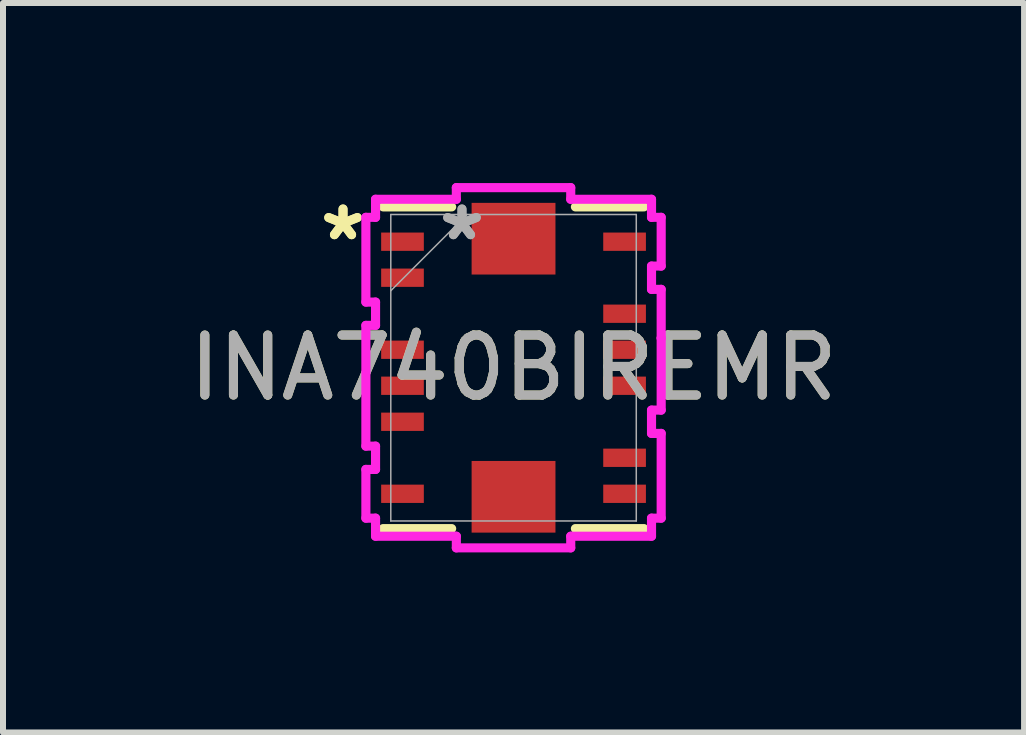
<source format=kicad_pcb>
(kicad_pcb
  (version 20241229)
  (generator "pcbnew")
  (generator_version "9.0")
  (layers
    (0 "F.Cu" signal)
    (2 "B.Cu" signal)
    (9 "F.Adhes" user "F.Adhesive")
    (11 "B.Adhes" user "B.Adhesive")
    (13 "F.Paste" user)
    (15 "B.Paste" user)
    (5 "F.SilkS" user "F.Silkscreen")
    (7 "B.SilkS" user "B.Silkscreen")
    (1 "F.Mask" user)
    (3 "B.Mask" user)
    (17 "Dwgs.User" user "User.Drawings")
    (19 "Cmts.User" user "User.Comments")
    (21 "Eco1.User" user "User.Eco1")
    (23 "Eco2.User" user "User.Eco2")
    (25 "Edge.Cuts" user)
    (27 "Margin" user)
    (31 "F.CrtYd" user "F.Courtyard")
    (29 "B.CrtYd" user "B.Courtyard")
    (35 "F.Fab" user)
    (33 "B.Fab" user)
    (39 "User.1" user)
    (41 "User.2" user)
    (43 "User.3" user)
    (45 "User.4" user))
  (footprint "INA740BIREMR"
    (layer "F.Cu")
    (at 5.506 3.077)
    (property "Reference" "INA740BIREMR" (at 0 0 0) (unlocked yes) (layer "F.SilkS") (effects (font (size 1 1) (thickness 0.15))))
    (attr smd)
    (fp_line (start -2.172 -2.68) (end -1.031 -2.68) (stroke (width 0.152) (type solid)) (layer "F.SilkS"))
    (fp_line (start -1.031 2.68) (end -2.172 2.68) (stroke (width 0.152) (type solid)) (layer "F.SilkS"))
    (fp_line (start 1.031 -2.68) (end 2.172 -2.68) (stroke (width 0.152) (type solid)) (layer "F.SilkS"))
    (fp_line (start 2.172 2.68) (end 1.031 2.68) (stroke (width 0.152) (type solid)) (layer "F.SilkS"))
    (fp_line (start -2.46 -2.506) (end -2.46 -1.094) (stroke (width 0.152) (type solid)) (layer "F.CrtYd"))
    (fp_line (start -2.46 -1.094) (end -2.299 -1.094) (stroke (width 0.152) (type solid)) (layer "F.CrtYd"))
    (fp_line (start -2.46 -0.706) (end -2.46 1.306) (stroke (width 0.152) (type solid)) (layer "F.CrtYd"))
    (fp_line (start -2.46 1.306) (end -2.299 1.306) (stroke (width 0.152) (type solid)) (layer "F.CrtYd"))
    (fp_line (start -2.46 1.694) (end -2.46 2.506) (stroke (width 0.152) (type solid)) (layer "F.CrtYd"))
    (fp_line (start -2.46 2.506) (end -2.299 2.506) (stroke (width 0.152) (type solid)) (layer "F.CrtYd"))
    (fp_line (start -2.299 -2.807) (end -2.299 -2.506) (stroke (width 0.152) (type solid)) (layer "F.CrtYd"))
    (fp_line (start -2.299 -2.506) (end -2.46 -2.506) (stroke (width 0.152) (type solid)) (layer "F.CrtYd"))
    (fp_line (start -2.299 -1.094) (end -2.299 -0.706) (stroke (width 0.152) (type solid)) (layer "F.CrtYd"))
    (fp_line (start -2.299 -0.706) (end -2.46 -0.706) (stroke (width 0.152) (type solid)) (layer "F.CrtYd"))
    (fp_line (start -2.299 1.306) (end -2.299 1.694) (stroke (width 0.152) (type solid)) (layer "F.CrtYd"))
    (fp_line (start -2.299 1.694) (end -2.46 1.694) (stroke (width 0.152) (type solid)) (layer "F.CrtYd"))
    (fp_line (start -2.299 2.506) (end -2.299 2.807) (stroke (width 0.152) (type solid)) (layer "F.CrtYd"))
    (fp_line (start -2.299 2.807) (end -0.953 2.807) (stroke (width 0.152) (type solid)) (layer "F.CrtYd"))
    (fp_line (start -0.953 -3.001) (end -0.953 -2.807) (stroke (width 0.152) (type solid)) (layer "F.CrtYd"))
    (fp_line (start -0.953 -2.807) (end -2.299 -2.807) (stroke (width 0.152) (type solid)) (layer "F.CrtYd"))
    (fp_line (start -0.953 2.807) (end -0.953 3.001) (stroke (width 0.152) (type solid)) (layer "F.CrtYd"))
    (fp_line (start -0.953 3.001) (end 0.953 3.001) (stroke (width 0.152) (type solid)) (layer "F.CrtYd"))
    (fp_line (start 0.953 -3.001) (end -0.953 -3.001) (stroke (width 0.152) (type solid)) (layer "F.CrtYd"))
    (fp_line (start 0.953 -2.807) (end 0.953 -3.001) (stroke (width 0.152) (type solid)) (layer "F.CrtYd"))
    (fp_line (start 0.953 2.807) (end 2.299 2.807) (stroke (width 0.152) (type solid)) (layer "F.CrtYd"))
    (fp_line (start 0.953 3.001) (end 0.953 2.807) (stroke (width 0.152) (type solid)) (layer "F.CrtYd"))
    (fp_line (start 2.299 -2.807) (end 0.953 -2.807) (stroke (width 0.152) (type solid)) (layer "F.CrtYd"))
    (fp_line (start 2.299 -2.506) (end 2.299 -2.807) (stroke (width 0.152) (type solid)) (layer "F.CrtYd"))
    (fp_line (start 2.299 -1.694) (end 2.46 -1.694) (stroke (width 0.152) (type solid)) (layer "F.CrtYd"))
    (fp_line (start 2.299 -1.306) (end 2.299 -1.694) (stroke (width 0.152) (type solid)) (layer "F.CrtYd"))
    (fp_line (start 2.299 0.706) (end 2.46 0.706) (stroke (width 0.152) (type solid)) (layer "F.CrtYd"))
    (fp_line (start 2.299 1.094) (end 2.299 0.706) (stroke (width 0.152) (type solid)) (layer "F.CrtYd"))
    (fp_line (start 2.299 2.506) (end 2.46 2.506) (stroke (width 0.152) (type solid)) (layer "F.CrtYd"))
    (fp_line (start 2.299 2.807) (end 2.299 2.506) (stroke (width 0.152) (type solid)) (layer "F.CrtYd"))
    (fp_line (start 2.46 -2.506) (end 2.299 -2.506) (stroke (width 0.152) (type solid)) (layer "F.CrtYd"))
    (fp_line (start 2.46 -1.694) (end 2.46 -2.506) (stroke (width 0.152) (type solid)) (layer "F.CrtYd"))
    (fp_line (start 2.46 -1.306) (end 2.299 -1.306) (stroke (width 0.152) (type solid)) (layer "F.CrtYd"))
    (fp_line (start 2.46 -0.494) (end 2.46 -1.306) (stroke (width 0.152) (type solid)) (layer "F.CrtYd"))
    (fp_line (start 2.46 1.094) (end 2.299 1.094) (stroke (width 0.152) (type solid)) (layer "F.CrtYd"))
    (fp_line (start 2.46 2.506) (end 2.46 1.094) (stroke (width 0.152) (type solid)) (layer "F.CrtYd"))
    (fp_line (start 2.46 -0.494) (end 2.46 -0.494) (stroke (width 0.152) (type solid)) (layer "F.CrtYd"))
    (fp_line (start 2.46 0.706) (end 2.46 -0.494) (stroke (width 0.152) (type solid)) (layer "F.CrtYd"))
    (fp_line (start -2.045 -2.553) (end -2.045 2.553) (stroke (width 0.025) (type solid)) (layer "F.Fab"))
    (fp_line (start -2.045 -1.283) (end -0.775 -2.553) (stroke (width 0.025) (type solid)) (layer "F.Fab"))
    (fp_line (start -2.045 2.553) (end 2.045 2.553) (stroke (width 0.025) (type solid)) (layer "F.Fab"))
    (fp_line (start 2.045 -2.553) (end -2.045 -2.553) (stroke (width 0.025) (type solid)) (layer "F.Fab"))
    (fp_line (start 2.045 2.553) (end 2.045 -2.553) (stroke (width 0.025) (type solid)) (layer "F.Fab"))
    (fp_text user "*" (at -2.841 -2.1 0) (unlocked yes) (layer "F.SilkS") (effects (font (size 1 1) (thickness 0.15))))
    (fp_text user "*" (at -2.841 -2.1 0) (layer "F.SilkS") (effects (font (size 1 1) (thickness 0.15))))
    (fp_text user "*" (at -0.859 -2.1 0) (layer "F.Fab") (effects (font (size 1 1) (thickness 0.15))))
    (fp_text user "*" (at -0.859 -2.1 0) (unlocked yes) (layer "F.Fab") (effects (font (size 1 1) (thickness 0.15))))
    (fp_text user "${REFERENCE}" (at 0 0 0) (unlocked yes) (layer "F.Fab") (effects (font (size 1 1) (thickness 0.15))))
    (pad "1" smd rect (at -1.85 -2.1) (size 0.711 0.305) (layers "F.Cu" "F.Mask" "F.Paste"))
    (pad "2" smd rect (at -1.85 -1.5) (size 0.711 0.305) (layers "F.Cu" "F.Mask" "F.Paste"))
    (pad "3" smd rect (at -1.85 -0.3) (size 0.711 0.305) (layers "F.Cu" "F.Mask" "F.Paste"))
    (pad "4" smd rect (at -1.85 0.3) (size 0.711 0.305) (layers "F.Cu" "F.Mask" "F.Paste"))
    (pad "5" smd rect (at -1.85 0.9) (size 0.711 0.305) (layers "F.Cu" "F.Mask" "F.Paste"))
    (pad "6" smd rect (at -1.85 2.1) (size 0.711 0.305) (layers "F.Cu" "F.Mask" "F.Paste"))
    (pad "7" smd rect (at 0 2.15 90) (size 1.194 1.397) (layers "F.Cu" "F.Mask" "F.Paste"))
    (pad "8" smd rect (at 1.85 2.1) (size 0.711 0.305) (layers "F.Cu" "F.Mask" "F.Paste"))
    (pad "9" smd rect (at 1.85 1.5) (size 0.711 0.305) (layers "F.Cu" "F.Mask" "F.Paste"))
    (pad "10" smd rect (at 1.85 0.3) (size 0.711 0.305) (layers "F.Cu" "F.Mask" "F.Paste"))
    (pad "11" smd rect (at 1.85 -0.3) (size 0.711 0.305) (layers "F.Cu" "F.Mask" "F.Paste"))
    (pad "12" smd rect (at 1.85 -0.9) (size 0.711 0.305) (layers "F.Cu" "F.Mask" "F.Paste"))
    (pad "13" smd rect (at 1.85 -2.1) (size 0.711 0.305) (layers "F.Cu" "F.Mask" "F.Paste"))
    (pad "14" smd rect (at 0 -2.15 90) (size 1.194 1.397) (layers "F.Cu" "F.Mask" "F.Paste")))
  (gr_rect
    (start -3 -3)
    (end 14.012 9.154)
    (stroke (width 0.1) (type default))
    (fill no)
    (layer "Edge.Cuts")))
</source>
